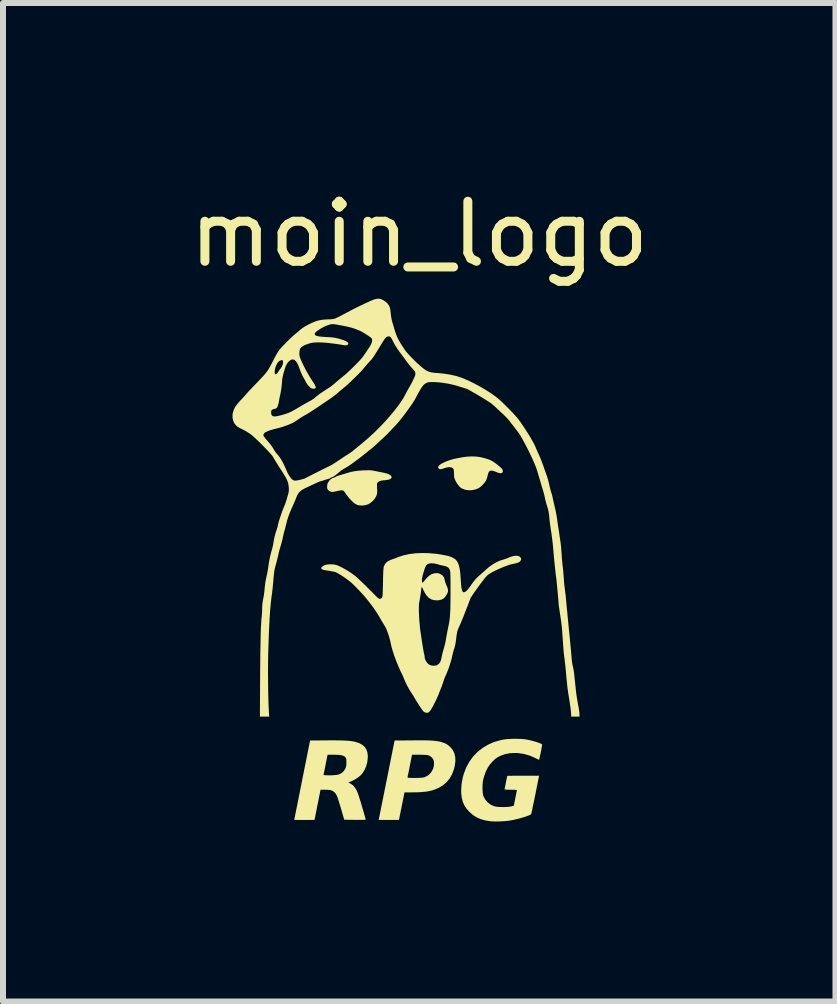
<source format=kicad_pcb>
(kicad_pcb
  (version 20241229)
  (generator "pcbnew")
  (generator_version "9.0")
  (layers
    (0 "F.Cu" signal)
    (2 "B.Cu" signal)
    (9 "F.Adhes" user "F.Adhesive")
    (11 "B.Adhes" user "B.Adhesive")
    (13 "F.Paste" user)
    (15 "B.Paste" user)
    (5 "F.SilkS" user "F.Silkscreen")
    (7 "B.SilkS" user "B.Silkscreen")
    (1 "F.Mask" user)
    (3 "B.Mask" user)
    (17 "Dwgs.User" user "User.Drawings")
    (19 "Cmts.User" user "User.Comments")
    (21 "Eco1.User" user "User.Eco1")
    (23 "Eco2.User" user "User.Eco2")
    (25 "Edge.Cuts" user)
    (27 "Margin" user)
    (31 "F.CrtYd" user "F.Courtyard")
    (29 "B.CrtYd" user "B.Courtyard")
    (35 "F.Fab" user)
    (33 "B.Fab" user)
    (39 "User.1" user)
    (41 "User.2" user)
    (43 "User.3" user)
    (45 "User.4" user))
  (footprint "moin_logo"
    (layer "F.Cu")
    (at 3.935 6.563)
    (property "Reference" "moin_logo" (at 0 -5.715 180) (layer "F.SilkS") (effects (font (size 1 1) (thickness 0.15))))
    (attr smd)
    (fp_poly (pts (xy 0.051 2.721) (xy 0.12 2.722) (xy 0.178 2.724) (xy 0.228 2.727) (xy 0.27 2.731) (xy 0.306 2.736) (xy 0.338 2.742) (xy 0.366 2.749) (xy 0.37 2.75) (xy 0.416 2.766) (xy 0.453 2.783) (xy 0.485 2.805) (xy 0.515 2.831) (xy 0.556 2.879) (xy 0.584 2.935) (xy 0.599 2.997) (xy 0.602 3.067) (xy 0.592 3.144) (xy 0.578 3.201) (xy 0.548 3.284) (xy 0.506 3.357) (xy 0.454 3.42) (xy 0.391 3.473) (xy 0.317 3.516) (xy 0.233 3.549) (xy 0.217 3.554) (xy 0.164 3.567) (xy 0.106 3.577) (xy 0.039 3.583) (xy -0.039 3.587) (xy -0.12 3.588) (xy -0.246 3.588) (xy -0.292 3.818) (xy -0.338 4.047) (xy -0.676 4.047) (xy -0.534 3.339) (xy -0.196 3.339) (xy -0.192 3.343) (xy -0.183 3.345) (xy -0.166 3.346) (xy -0.14 3.347) (xy -0.102 3.347) (xy -0.075 3.347) (xy -0.019 3.347) (xy 0.025 3.345) (xy 0.057 3.342) (xy 0.081 3.337) (xy 0.084 3.336) (xy 0.132 3.315) (xy 0.174 3.282) (xy 0.207 3.24) (xy 0.232 3.191) (xy 0.245 3.139) (xy 0.246 3.084) (xy 0.244 3.069) (xy 0.233 3.038) (xy 0.211 3.009) (xy 0.182 2.985) (xy 0.151 2.969) (xy 0.149 2.969) (xy 0.132 2.966) (xy 0.104 2.964) (xy 0.067 2.962) (xy 0.025 2.961) (xy -0.000189 2.961) (xy -0.121 2.961) (xy -0.156 3.141) (xy -0.166 3.191) (xy -0.175 3.237) (xy -0.183 3.276) (xy -0.19 3.307) (xy -0.194 3.327) (xy -0.195 3.335) (xy -0.196 3.339) (xy -0.534 3.339) (xy -0.411 2.724) (xy -0.124 2.722) (xy -0.03 2.721)) (stroke (width 0) (type solid)) (fill yes) (layer "F.SilkS"))
    (fp_poly (pts (xy 0.942 -2.007) (xy 1.012 -1.998) (xy 1.082 -1.982) (xy 1.138 -1.965) (xy 1.175 -1.951) (xy 1.209 -1.935) (xy 1.244 -1.913) (xy 1.283 -1.885) (xy 1.322 -1.854) (xy 1.353 -1.828) (xy 1.373 -1.808) (xy 1.385 -1.792) (xy 1.391 -1.778) (xy 1.393 -1.763) (xy 1.387 -1.742) (xy 1.372 -1.731) (xy 1.347 -1.729) (xy 1.313 -1.737) (xy 1.29 -1.746) (xy 1.262 -1.758) (xy 1.233 -1.767) (xy 1.219 -1.771) (xy 1.193 -1.773) (xy 1.172 -1.766) (xy 1.157 -1.747) (xy 1.145 -1.716) (xy 1.141 -1.695) (xy 1.132 -1.663) (xy 1.121 -1.629) (xy 1.111 -1.607) (xy 1.09 -1.574) (xy 1.061 -1.54) (xy 1.028 -1.509) (xy 0.996 -1.485) (xy 0.991 -1.481) (xy 0.939 -1.46) (xy 0.883 -1.447) (xy 0.826 -1.445) (xy 0.773 -1.452) (xy 0.755 -1.458) (xy 0.731 -1.467) (xy 0.71 -1.475) (xy 0.703 -1.479) (xy 0.681 -1.495) (xy 0.657 -1.522) (xy 0.632 -1.554) (xy 0.611 -1.589) (xy 0.605 -1.601) (xy 0.591 -1.632) (xy 0.583 -1.657) (xy 0.58 -1.685) (xy 0.579 -1.706) (xy 0.578 -1.743) (xy 0.577 -1.769) (xy 0.575 -1.785) (xy 0.571 -1.796) (xy 0.566 -1.805) (xy 0.558 -1.813) (xy 0.535 -1.826) (xy 0.502 -1.831) (xy 0.463 -1.826) (xy 0.425 -1.815) (xy 0.386 -1.802) (xy 0.359 -1.796) (xy 0.339 -1.797) (xy 0.326 -1.804) (xy 0.326 -1.805) (xy 0.316 -1.818) (xy 0.314 -1.826) (xy 0.321 -1.846) (xy 0.34 -1.867) (xy 0.372 -1.889) (xy 0.413 -1.91) (xy 0.463 -1.931) (xy 0.52 -1.951) (xy 0.583 -1.968) (xy 0.62 -1.976) (xy 0.713 -1.994) (xy 0.796 -2.005) (xy 0.871 -2.009)) (stroke (width 0) (type solid)) (fill yes) (layer "F.SilkS"))
    (fp_poly (pts (xy -0.816 -1.778) (xy -0.788 -1.775) (xy -0.758 -1.77) (xy -0.722 -1.763) (xy -0.682 -1.755) (xy -0.642 -1.747) (xy -0.607 -1.74) (xy -0.583 -1.735) (xy -0.538 -1.724) (xy -0.503 -1.709) (xy -0.478 -1.692) (xy -0.463 -1.675) (xy -0.461 -1.657) (xy -0.47 -1.641) (xy -0.492 -1.628) (xy -0.518 -1.62) (xy -0.547 -1.615) (xy -0.578 -1.612) (xy -0.583 -1.612) (xy -0.627 -1.607) (xy -0.664 -1.596) (xy -0.69 -1.579) (xy -0.698 -1.57) (xy -0.702 -1.562) (xy -0.705 -1.55) (xy -0.705 -1.531) (xy -0.704 -1.503) (xy -0.703 -1.479) (xy -0.701 -1.441) (xy -0.701 -1.414) (xy -0.703 -1.394) (xy -0.707 -1.375) (xy -0.714 -1.354) (xy -0.715 -1.353) (xy -0.738 -1.31) (xy -0.772 -1.269) (xy -0.813 -1.235) (xy -0.851 -1.212) (xy -0.899 -1.197) (xy -0.952 -1.19) (xy -1.003 -1.194) (xy -1.03 -1.2) (xy -1.058 -1.214) (xy -1.092 -1.238) (xy -1.127 -1.27) (xy -1.163 -1.308) (xy -1.197 -1.349) (xy -1.215 -1.375) (xy -1.233 -1.401) (xy -1.249 -1.423) (xy -1.262 -1.436) (xy -1.266 -1.44) (xy -1.289 -1.444) (xy -1.32 -1.442) (xy -1.363 -1.434) (xy -1.386 -1.428) (xy -1.424 -1.42) (xy -1.453 -1.417) (xy -1.476 -1.421) (xy -1.496 -1.431) (xy -1.511 -1.443) (xy -1.525 -1.457) (xy -1.532 -1.47) (xy -1.535 -1.487) (xy -1.535 -1.508) (xy -1.533 -1.536) (xy -1.528 -1.557) (xy -1.516 -1.579) (xy -1.509 -1.589) (xy -1.494 -1.61) (xy -1.48 -1.625) (xy -1.471 -1.63) (xy -1.461 -1.637) (xy -1.459 -1.64) (xy -1.452 -1.646) (xy -1.437 -1.651) (xy -1.436 -1.651) (xy -1.416 -1.657) (xy -1.402 -1.664) (xy -1.382 -1.676) (xy -1.347 -1.689) (xy -1.3 -1.703) (xy -1.29 -1.706) (xy -1.256 -1.716) (xy -1.218 -1.727) (xy -1.196 -1.734) (xy -1.14 -1.75) (xy -1.082 -1.762) (xy -1.018 -1.77) (xy -0.945 -1.776) (xy -0.925 -1.777) (xy -0.88 -1.778) (xy -0.845 -1.779)) (stroke (width 0) (type solid)) (fill yes) (layer "F.SilkS"))
    (fp_poly (pts (xy -1.365 2.722) (xy -1.292 2.723) (xy -1.229 2.726) (xy -1.176 2.729) (xy -1.132 2.734) (xy -1.095 2.74) (xy -1.068 2.746) (xy -1.003 2.767) (xy -0.95 2.795) (xy -0.91 2.83) (xy -0.882 2.872) (xy -0.864 2.923) (xy -0.857 2.982) (xy -0.857 2.997) (xy -0.865 3.079) (xy -0.886 3.157) (xy -0.92 3.229) (xy -0.948 3.272) (xy -0.98 3.307) (xy -1.022 3.341) (xy -1.07 3.372) (xy -1.119 3.398) (xy -1.131 3.403) (xy -1.183 3.423) (xy -1.15 3.44) (xy -1.106 3.469) (xy -1.069 3.511) (xy -1.039 3.562) (xy -1.031 3.583) (xy -1.019 3.615) (xy -1.005 3.656) (xy -0.99 3.705) (xy -0.973 3.758) (xy -0.957 3.813) (xy -0.956 3.818) (xy -0.94 3.87) (xy -0.926 3.919) (xy -0.914 3.961) (xy -0.904 3.996) (xy -0.897 4.021) (xy -0.893 4.034) (xy -0.892 4.035) (xy -0.892 4.039) (xy -0.895 4.042) (xy -0.902 4.044) (xy -0.915 4.045) (xy -0.936 4.046) (xy -0.967 4.046) (xy -1.009 4.046) (xy -1.063 4.046) (xy -1.069 4.046) (xy -1.25 4.044) (xy -1.305 3.854) (xy -1.325 3.789) (xy -1.341 3.737) (xy -1.354 3.695) (xy -1.366 3.662) (xy -1.377 3.637) (xy -1.387 3.618) (xy -1.398 3.602) (xy -1.41 3.59) (xy -1.418 3.582) (xy -1.439 3.566) (xy -1.464 3.555) (xy -1.493 3.548) (xy -1.532 3.545) (xy -1.572 3.544) (xy -1.645 3.544) (xy -1.695 3.796) (xy -1.745 4.047) (xy -2.083 4.047) (xy -1.933 3.294) (xy -1.595 3.294) (xy -1.59 3.299) (xy -1.573 3.302) (xy -1.547 3.303) (xy -1.515 3.304) (xy -1.479 3.304) (xy -1.442 3.303) (xy -1.406 3.3) (xy -1.375 3.297) (xy -1.351 3.293) (xy -1.348 3.292) (xy -1.301 3.271) (xy -1.263 3.24) (xy -1.235 3.198) (xy -1.232 3.193) (xy -1.223 3.169) (xy -1.217 3.146) (xy -1.215 3.117) (xy -1.214 3.087) (xy -1.215 3.055) (xy -1.216 3.033) (xy -1.22 3.019) (xy -1.226 3.009) (xy -1.232 3.001) (xy -1.251 2.986) (xy -1.276 2.975) (xy -1.309 2.967) (xy -1.352 2.963) (xy -1.408 2.961) (xy -1.425 2.961) (xy -1.528 2.961) (xy -1.56 3.123) (xy -1.569 3.17) (xy -1.578 3.213) (xy -1.585 3.249) (xy -1.591 3.275) (xy -1.595 3.291) (xy -1.595 3.294) (xy -1.933 3.294) (xy -1.819 2.724) (xy -1.549 2.722) (xy -1.45 2.721)) (stroke (width 0) (type solid)) (fill yes) (layer "F.SilkS"))
    (fp_poly (pts (xy 1.678 2.697) (xy 1.73 2.7) (xy 1.768 2.705) (xy 1.81 2.712) (xy 1.855 2.722) (xy 1.9 2.734) (xy 1.943 2.746) (xy 1.982 2.759) (xy 2.013 2.771) (xy 2.036 2.781) (xy 2.047 2.79) (xy 2.047 2.791) (xy 2.047 2.799) (xy 2.043 2.82) (xy 2.038 2.848) (xy 2.032 2.883) (xy 2.025 2.919) (xy 2.017 2.956) (xy 2.01 2.99) (xy 2.004 3.018) (xy 1.999 3.037) (xy 1.997 3.045) (xy 1.989 3.043) (xy 1.972 3.036) (xy 1.949 3.024) (xy 1.938 3.018) (xy 1.841 2.976) (xy 1.742 2.947) (xy 1.639 2.933) (xy 1.589 2.932) (xy 1.505 2.936) (xy 1.429 2.951) (xy 1.357 2.977) (xy 1.342 2.984) (xy 1.309 3.001) (xy 1.281 3.019) (xy 1.253 3.042) (xy 1.222 3.072) (xy 1.221 3.073) (xy 1.178 3.122) (xy 1.142 3.175) (xy 1.112 3.234) (xy 1.086 3.302) (xy 1.064 3.381) (xy 1.064 3.384) (xy 1.058 3.415) (xy 1.055 3.454) (xy 1.054 3.498) (xy 1.054 3.543) (xy 1.057 3.586) (xy 1.061 3.621) (xy 1.067 3.646) (xy 1.067 3.646) (xy 1.097 3.704) (xy 1.138 3.753) (xy 1.188 3.792) (xy 1.247 3.819) (xy 1.275 3.825) (xy 1.314 3.83) (xy 1.36 3.832) (xy 1.408 3.833) (xy 1.455 3.831) (xy 1.498 3.828) (xy 1.532 3.822) (xy 1.533 3.822) (xy 1.556 3.816) (xy 1.571 3.812) (xy 1.575 3.81) (xy 1.577 3.803) (xy 1.58 3.784) (xy 1.586 3.755) (xy 1.593 3.719) (xy 1.601 3.683) (xy 1.609 3.641) (xy 1.616 3.605) (xy 1.622 3.576) (xy 1.625 3.557) (xy 1.626 3.55) (xy 1.619 3.548) (xy 1.601 3.546) (xy 1.572 3.545) (xy 1.537 3.544) (xy 1.524 3.544) (xy 1.487 3.544) (xy 1.457 3.543) (xy 1.434 3.541) (xy 1.423 3.539) (xy 1.422 3.538) (xy 1.423 3.529) (xy 1.427 3.508) (xy 1.433 3.478) (xy 1.44 3.442) (xy 1.444 3.423) (xy 1.451 3.385) (xy 1.458 3.353) (xy 1.463 3.329) (xy 1.465 3.315) (xy 1.466 3.313) (xy 1.473 3.312) (xy 1.493 3.312) (xy 1.524 3.312) (xy 1.565 3.311) (xy 1.614 3.311) (xy 1.67 3.311) (xy 1.731 3.311) (xy 1.996 3.311) (xy 1.933 3.627) (xy 1.92 3.693) (xy 1.907 3.754) (xy 1.895 3.81) (xy 1.885 3.859) (xy 1.877 3.899) (xy 1.87 3.928) (xy 1.866 3.946) (xy 1.865 3.95) (xy 1.853 3.959) (xy 1.83 3.97) (xy 1.797 3.983) (xy 1.756 3.997) (xy 1.71 4.011) (xy 1.661 4.025) (xy 1.611 4.037) (xy 1.562 4.048) (xy 1.518 4.056) (xy 1.506 4.058) (xy 1.453 4.065) (xy 1.393 4.069) (xy 1.331 4.072) (xy 1.272 4.073) (xy 1.219 4.072) (xy 1.186 4.069) (xy 1.099 4.055) (xy 1.023 4.034) (xy 0.956 4.004) (xy 0.895 3.966) (xy 0.839 3.917) (xy 0.838 3.916) (xy 0.788 3.861) (xy 0.75 3.803) (xy 0.724 3.742) (xy 0.707 3.673) (xy 0.699 3.596) (xy 0.698 3.559) (xy 0.705 3.447) (xy 0.726 3.336) (xy 0.744 3.273) (xy 0.784 3.169) (xy 0.836 3.075) (xy 0.899 2.989) (xy 0.972 2.913) (xy 1.055 2.848) (xy 1.147 2.793) (xy 1.247 2.749) (xy 1.355 2.718) (xy 1.4 2.709) (xy 1.443 2.703) (xy 1.497 2.699) (xy 1.557 2.696) (xy 1.618 2.696)) (stroke (width 0) (type solid)) (fill yes) (layer "F.SilkS"))
    (fp_poly (pts (xy 0.16 -0.397) (xy 0.276 -0.387) (xy 0.328 -0.38) (xy 0.403 -0.367) (xy 0.467 -0.354) (xy 0.519 -0.339) (xy 0.563 -0.32) (xy 0.598 -0.297) (xy 0.625 -0.268) (xy 0.646 -0.231) (xy 0.662 -0.186) (xy 0.674 -0.131) (xy 0.683 -0.065) (xy 0.689 0.014) (xy 0.693 0.066) (xy 0.697 0.127) (xy 0.702 0.174) (xy 0.709 0.209) (xy 0.716 0.233) (xy 0.726 0.248) (xy 0.738 0.254) (xy 0.752 0.253) (xy 0.771 0.244) (xy 0.793 0.225) (xy 0.818 0.196) (xy 0.849 0.155) (xy 0.862 0.136) (xy 0.896 0.088) (xy 0.927 0.049) (xy 0.958 0.015) (xy 0.991 -0.017) (xy 1.028 -0.048) (xy 1.044 -0.062) (xy 1.067 -0.082) (xy 1.094 -0.107) (xy 1.116 -0.127) (xy 1.169 -0.172) (xy 1.226 -0.212) (xy 1.286 -0.246) (xy 1.343 -0.272) (xy 1.383 -0.285) (xy 1.418 -0.295) (xy 1.457 -0.309) (xy 1.486 -0.321) (xy 1.54 -0.342) (xy 1.589 -0.353) (xy 1.63 -0.354) (xy 1.664 -0.345) (xy 1.682 -0.332) (xy 1.696 -0.309) (xy 1.697 -0.287) (xy 1.682 -0.264) (xy 1.679 -0.261) (xy 1.666 -0.25) (xy 1.649 -0.241) (xy 1.627 -0.233) (xy 1.597 -0.226) (xy 1.556 -0.217) (xy 1.546 -0.215) (xy 1.507 -0.205) (xy 1.46 -0.189) (xy 1.407 -0.169) (xy 1.352 -0.146) (xy 1.297 -0.121) (xy 1.245 -0.096) (xy 1.199 -0.071) (xy 1.161 -0.047) (xy 1.134 -0.027) (xy 1.133 -0.026) (xy 1.118 -0.011) (xy 1.096 0.014) (xy 1.071 0.046) (xy 1.042 0.084) (xy 1.011 0.125) (xy 0.98 0.168) (xy 0.949 0.211) (xy 0.92 0.252) (xy 0.894 0.29) (xy 0.872 0.323) (xy 0.856 0.349) (xy 0.847 0.366) (xy 0.846 0.371) (xy 0.843 0.384) (xy 0.839 0.392) (xy 0.833 0.406) (xy 0.825 0.428) (xy 0.82 0.441) (xy 0.811 0.467) (xy 0.802 0.491) (xy 0.798 0.5) (xy 0.791 0.516) (xy 0.781 0.542) (xy 0.77 0.572) (xy 0.765 0.583) (xy 0.742 0.645) (xy 0.716 0.708) (xy 0.691 0.768) (xy 0.67 0.815) (xy 0.652 0.855) (xy 0.639 0.889) (xy 0.63 0.922) (xy 0.624 0.959) (xy 0.62 0.985) (xy 0.613 1.044) (xy 0.606 1.091) (xy 0.6 1.129) (xy 0.592 1.16) (xy 0.585 1.188) (xy 0.578 1.207) (xy 0.568 1.239) (xy 0.558 1.277) (xy 0.549 1.317) (xy 0.547 1.327) (xy 0.539 1.364) (xy 0.525 1.411) (xy 0.509 1.463) (xy 0.491 1.517) (xy 0.471 1.568) (xy 0.453 1.614) (xy 0.437 1.648) (xy 0.425 1.676) (xy 0.412 1.711) (xy 0.401 1.743) (xy 0.39 1.778) (xy 0.376 1.818) (xy 0.362 1.854) (xy 0.361 1.856) (xy 0.347 1.89) (xy 0.333 1.925) (xy 0.322 1.955) (xy 0.321 1.958) (xy 0.308 1.988) (xy 0.291 2.026) (xy 0.271 2.068) (xy 0.249 2.111) (xy 0.229 2.151) (xy 0.21 2.184) (xy 0.195 2.208) (xy 0.195 2.21) (xy 0.173 2.239) (xy 0.154 2.256) (xy 0.135 2.263) (xy 0.113 2.261) (xy 0.107 2.26) (xy 0.086 2.251) (xy 0.071 2.241) (xy 0.06 2.228) (xy 0.043 2.205) (xy 0.021 2.173) (xy -0.004 2.135) (xy -0.031 2.092) (xy -0.059 2.048) (xy -0.073 2.024) (xy -0.094 1.988) (xy -0.118 1.95) (xy -0.14 1.916) (xy -0.147 1.905) (xy -0.175 1.859) (xy -0.205 1.804) (xy -0.234 1.742) (xy -0.262 1.678) (xy -0.266 1.666) (xy -0.277 1.641) (xy -0.286 1.62) (xy -0.292 1.608) (xy -0.293 1.608) (xy -0.297 1.599) (xy -0.307 1.579) (xy -0.32 1.551) (xy -0.335 1.516) (xy -0.345 1.495) (xy -0.372 1.43) (xy -0.398 1.362) (xy -0.423 1.293) (xy -0.444 1.226) (xy -0.462 1.164) (xy -0.474 1.111) (xy -0.477 1.095) (xy -0.486 1.056) (xy -0.498 1.01) (xy -0.513 0.961) (xy -0.53 0.914) (xy -0.546 0.872) (xy -0.558 0.846) (xy -0.57 0.825) (xy -0.585 0.799) (xy -0.594 0.784) (xy -0.607 0.763) (xy -0.625 0.734) (xy -0.645 0.699) (xy -0.665 0.664) (xy -0.665 0.664) (xy -0.707 0.595) (xy -0.75 0.532) (xy -0.007 0.532) (xy -0.006 0.588) (xy -0.003 0.65) (xy 0.000429 0.714) (xy 0.006 0.78) (xy 0.012 0.844) (xy 0.019 0.904) (xy 0.025 0.944) (xy 0.031 0.978) (xy 0.035 1.009) (xy 0.039 1.034) (xy 0.04 1.039) (xy 0.047 1.088) (xy 0.055 1.137) (xy 0.062 1.183) (xy 0.069 1.223) (xy 0.075 1.254) (xy 0.079 1.275) (xy 0.081 1.28) (xy 0.086 1.303) (xy 0.088 1.321) (xy 0.093 1.359) (xy 0.109 1.397) (xy 0.132 1.431) (xy 0.16 1.457) (xy 0.175 1.465) (xy 0.21 1.476) (xy 0.247 1.478) (xy 0.281 1.474) (xy 0.308 1.461) (xy 0.309 1.46) (xy 0.333 1.439) (xy 0.349 1.415) (xy 0.361 1.386) (xy 0.37 1.347) (xy 0.377 1.311) (xy 0.387 1.269) (xy 0.398 1.229) (xy 0.401 1.218) (xy 0.414 1.175) (xy 0.423 1.139) (xy 0.431 1.106) (xy 0.439 1.071) (xy 0.446 1.029) (xy 0.452 0.995) (xy 0.46 0.952) (xy 0.468 0.906) (xy 0.477 0.863) (xy 0.482 0.839) (xy 0.491 0.797) (xy 0.498 0.758) (xy 0.504 0.719) (xy 0.509 0.679) (xy 0.512 0.636) (xy 0.515 0.587) (xy 0.518 0.532) (xy 0.519 0.469) (xy 0.52 0.396) (xy 0.521 0.311) (xy 0.521 0.252) (xy 0.521 0.172) (xy 0.521 0.106) (xy 0.52 0.051) (xy 0.52 0.008) (xy 0.519 -0.027) (xy 0.518 -0.054) (xy 0.517 -0.075) (xy 0.515 -0.091) (xy 0.513 -0.103) (xy 0.51 -0.113) (xy 0.508 -0.119) (xy 0.498 -0.14) (xy 0.485 -0.156) (xy 0.466 -0.168) (xy 0.44 -0.179) (xy 0.402 -0.188) (xy 0.369 -0.195) (xy 0.355 -0.198) (xy 0.333 -0.204) (xy 0.305 -0.212) (xy 0.304 -0.213) (xy 0.251 -0.225) (xy 0.204 -0.229) (xy 0.164 -0.225) (xy 0.134 -0.212) (xy 0.114 -0.191) (xy 0.113 -0.19) (xy 0.099 -0.16) (xy 0.088 -0.133) (xy 0.083 -0.115) (xy 0.079 -0.101) (xy 0.072 -0.079) (xy 0.065 -0.057) (xy 0.056 -0.025) (xy 0.049 0.01) (xy 0.045 0.043) (xy 0.045 0.071) (xy 0.048 0.089) (xy 0.049 0.09) (xy 0.054 0.095) (xy 0.061 0.092) (xy 0.072 0.079) (xy 0.083 0.066) (xy 0.123 0.018) (xy 0.16 -0.018) (xy 0.197 -0.043) (xy 0.235 -0.058) (xy 0.271 -0.064) (xy 0.299 -0.065) (xy 0.32 -0.062) (xy 0.343 -0.053) (xy 0.354 -0.047) (xy 0.388 -0.025) (xy 0.41 0.003) (xy 0.422 0.04) (xy 0.425 0.056) (xy 0.43 0.077) (xy 0.44 0.105) (xy 0.452 0.136) (xy 0.455 0.142) (xy 0.471 0.181) (xy 0.479 0.213) (xy 0.479 0.241) (xy 0.47 0.269) (xy 0.463 0.283) (xy 0.435 0.327) (xy 0.404 0.359) (xy 0.366 0.378) (xy 0.321 0.388) (xy 0.292 0.389) (xy 0.242 0.385) (xy 0.198 0.371) (xy 0.16 0.348) (xy 0.125 0.312) (xy 0.093 0.265) (xy 0.063 0.204) (xy 0.061 0.199) (xy 0.052 0.181) (xy 0.045 0.169) (xy 0.043 0.168) (xy 0.039 0.174) (xy 0.035 0.19) (xy 0.034 0.199) (xy 0.029 0.237) (xy 0.024 0.279) (xy 0.017 0.322) (xy 0.011 0.361) (xy 0.005 0.394) (xy 0.001 0.416) (xy -0.000051 0.419) (xy -0.004 0.446) (xy -0.006 0.484) (xy -0.007 0.532) (xy -0.75 0.532) (xy -0.759 0.518) (xy -0.822 0.434) (xy -0.894 0.343) (xy -0.903 0.332) (xy -0.928 0.304) (xy -0.959 0.27) (xy -0.994 0.232) (xy -1.031 0.193) (xy -1.068 0.156) (xy -1.102 0.122) (xy -1.131 0.095) (xy -1.15 0.079) (xy -1.19 0.048) (xy -1.233 0.017) (xy -1.276 -0.013) (xy -1.318 -0.039) (xy -1.355 -0.061) (xy -1.385 -0.077) (xy -1.403 -0.084) (xy -1.426 -0.089) (xy -1.458 -0.095) (xy -1.496 -0.102) (xy -1.524 -0.106) (xy -1.569 -0.113) (xy -1.601 -0.121) (xy -1.622 -0.13) (xy -1.632 -0.141) (xy -1.634 -0.149) (xy -1.627 -0.163) (xy -1.611 -0.178) (xy -1.587 -0.192) (xy -1.569 -0.2) (xy -1.539 -0.207) (xy -1.5 -0.211) (xy -1.458 -0.211) (xy -1.417 -0.208) (xy -1.385 -0.201) (xy -1.345 -0.186) (xy -1.296 -0.163) (xy -1.243 -0.134) (xy -1.187 -0.101) (xy -1.132 -0.065) (xy -1.081 -0.028) (xy -1.062 -0.014) (xy -1.042 0.004) (xy -1.014 0.03) (xy -0.979 0.063) (xy -0.939 0.101) (xy -0.895 0.143) (xy -0.851 0.188) (xy -0.806 0.232) (xy -0.763 0.276) (xy -0.748 0.291) (xy -0.725 0.315) (xy -0.704 0.335) (xy -0.688 0.35) (xy -0.683 0.354) (xy -0.659 0.364) (xy -0.638 0.36) (xy -0.622 0.345) (xy -0.618 0.338) (xy -0.615 0.329) (xy -0.613 0.315) (xy -0.611 0.296) (xy -0.609 0.27) (xy -0.608 0.234) (xy -0.607 0.188) (xy -0.605 0.131) (xy -0.604 0.088) (xy -0.603 0.012) (xy -0.601 -0.05) (xy -0.599 -0.098) (xy -0.596 -0.135) (xy -0.594 -0.16) (xy -0.591 -0.174) (xy -0.59 -0.175) (xy -0.574 -0.21) (xy -0.552 -0.239) (xy -0.523 -0.262) (xy -0.484 -0.282) (xy -0.441 -0.298) (xy -0.412 -0.308) (xy -0.376 -0.321) (xy -0.343 -0.334) (xy -0.342 -0.335) (xy -0.259 -0.362) (xy -0.165 -0.382) (xy -0.062 -0.395) (xy 0.047 -0.4)) (stroke (width 0) (type solid)) (fill yes) (layer "F.SilkS"))
    (fp_poly (pts (xy -0.644 -4.632) (xy -0.605 -4.615) (xy -0.567 -4.591) (xy -0.533 -4.561) (xy -0.508 -4.529) (xy -0.504 -4.521) (xy -0.496 -4.505) (xy -0.49 -4.489) (xy -0.485 -4.47) (xy -0.481 -4.445) (xy -0.477 -4.41) (xy -0.474 -4.382) (xy -0.469 -4.341) (xy -0.461 -4.297) (xy -0.452 -4.258) (xy -0.448 -4.243) (xy -0.436 -4.205) (xy -0.423 -4.161) (xy -0.412 -4.122) (xy -0.411 -4.12) (xy -0.402 -4.09) (xy -0.394 -4.065) (xy -0.388 -4.047) (xy -0.387 -4.044) (xy -0.372 -4.009) (xy -0.359 -3.98) (xy -0.346 -3.954) (xy -0.331 -3.927) (xy -0.314 -3.898) (xy -0.293 -3.864) (xy -0.266 -3.823) (xy -0.241 -3.785) (xy -0.225 -3.763) (xy -0.2 -3.733) (xy -0.168 -3.698) (xy -0.132 -3.66) (xy -0.094 -3.621) (xy -0.056 -3.583) (xy -0.019 -3.549) (xy 0.013 -3.52) (xy 0.022 -3.512) (xy 0.065 -3.477) (xy 0.101 -3.45) (xy 0.134 -3.431) (xy 0.167 -3.418) (xy 0.203 -3.409) (xy 0.246 -3.403) (xy 0.299 -3.398) (xy 0.311 -3.398) (xy 0.418 -3.387) (xy 0.523 -3.37) (xy 0.622 -3.347) (xy 0.711 -3.318) (xy 0.72 -3.314) (xy 0.813 -3.275) (xy 0.911 -3.227) (xy 1.01 -3.174) (xy 1.106 -3.118) (xy 1.197 -3.06) (xy 1.278 -3.002) (xy 1.309 -2.977) (xy 1.336 -2.954) (xy 1.371 -2.922) (xy 1.41 -2.884) (xy 1.453 -2.842) (xy 1.497 -2.798) (xy 1.539 -2.754) (xy 1.578 -2.713) (xy 1.61 -2.677) (xy 1.633 -2.651) (xy 1.663 -2.612) (xy 1.697 -2.565) (xy 1.733 -2.512) (xy 1.77 -2.456) (xy 1.807 -2.398) (xy 1.842 -2.342) (xy 1.873 -2.288) (xy 1.9 -2.24) (xy 1.921 -2.2) (xy 1.932 -2.176) (xy 1.942 -2.152) (xy 1.955 -2.121) (xy 1.97 -2.089) (xy 1.973 -2.082) (xy 1.986 -2.052) (xy 1.999 -2.025) (xy 2.008 -2.005) (xy 2.009 -2.001) (xy 2.019 -1.979) (xy 2.031 -1.947) (xy 2.046 -1.907) (xy 2.062 -1.865) (xy 2.077 -1.822) (xy 2.085 -1.798) (xy 2.098 -1.762) (xy 2.112 -1.722) (xy 2.124 -1.689) (xy 2.125 -1.688) (xy 2.134 -1.659) (xy 2.145 -1.621) (xy 2.156 -1.58) (xy 2.162 -1.553) (xy 2.171 -1.512) (xy 2.182 -1.469) (xy 2.192 -1.431) (xy 2.198 -1.411) (xy 2.209 -1.377) (xy 2.218 -1.341) (xy 2.225 -1.311) (xy 2.225 -1.309) (xy 2.23 -1.285) (xy 2.238 -1.252) (xy 2.247 -1.212) (xy 2.256 -1.171) (xy 2.258 -1.163) (xy 2.27 -1.114) (xy 2.281 -1.058) (xy 2.291 -1.003) (xy 2.297 -0.959) (xy 2.304 -0.913) (xy 2.311 -0.859) (xy 2.32 -0.803) (xy 2.328 -0.75) (xy 2.33 -0.737) (xy 2.336 -0.692) (xy 2.343 -0.647) (xy 2.349 -0.608) (xy 2.354 -0.577) (xy 2.356 -0.565) (xy 2.359 -0.54) (xy 2.362 -0.504) (xy 2.366 -0.462) (xy 2.369 -0.416) (xy 2.371 -0.39) (xy 2.374 -0.341) (xy 2.378 -0.289) (xy 2.383 -0.239) (xy 2.387 -0.197) (xy 2.389 -0.182) (xy 2.394 -0.142) (xy 2.399 -0.092) (xy 2.403 -0.041) (xy 2.407 0.007) (xy 2.407 0.007) (xy 2.41 0.053) (xy 2.414 0.102) (xy 2.419 0.147) (xy 2.423 0.184) (xy 2.424 0.186) (xy 2.428 0.219) (xy 2.433 0.263) (xy 2.439 0.311) (xy 2.444 0.361) (xy 2.446 0.383) (xy 2.451 0.439) (xy 2.457 0.506) (xy 2.465 0.58) (xy 2.472 0.658) (xy 2.48 0.737) (xy 2.487 0.813) (xy 2.494 0.882) (xy 2.495 0.886) (xy 2.5 0.94) (xy 2.506 0.999) (xy 2.512 1.062) (xy 2.518 1.125) (xy 2.524 1.186) (xy 2.529 1.243) (xy 2.533 1.292) (xy 2.537 1.332) (xy 2.538 1.353) (xy 2.542 1.391) (xy 2.547 1.43) (xy 2.553 1.463) (xy 2.555 1.473) (xy 2.563 1.507) (xy 2.57 1.543) (xy 2.574 1.564) (xy 2.576 1.578) (xy 2.578 1.592) (xy 2.58 1.608) (xy 2.582 1.628) (xy 2.585 1.653) (xy 2.588 1.686) (xy 2.593 1.728) (xy 2.598 1.78) (xy 2.605 1.844) (xy 2.607 1.867) (xy 2.612 1.915) (xy 2.619 1.965) (xy 2.626 2.013) (xy 2.633 2.053) (xy 2.634 2.06) (xy 2.646 2.127) (xy 2.656 2.181) (xy 2.663 2.224) (xy 2.667 2.258) (xy 2.669 2.284) (xy 2.669 2.292) (xy 2.669 2.326) (xy 2.531 2.326) (xy 2.531 2.295) (xy 2.529 2.267) (xy 2.526 2.228) (xy 2.52 2.179) (xy 2.512 2.124) (xy 2.503 2.064) (xy 2.493 2.003) (xy 2.491 1.991) (xy 2.485 1.952) (xy 2.479 1.915) (xy 2.474 1.879) (xy 2.469 1.841) (xy 2.464 1.799) (xy 2.459 1.75) (xy 2.453 1.692) (xy 2.447 1.624) (xy 2.443 1.575) (xy 2.438 1.523) (xy 2.433 1.472) (xy 2.427 1.425) (xy 2.423 1.385) (xy 2.419 1.355) (xy 2.418 1.349) (xy 2.414 1.319) (xy 2.409 1.279) (xy 2.405 1.234) (xy 2.401 1.187) (xy 2.4 1.17) (xy 2.396 1.118) (xy 2.392 1.059) (xy 2.388 0.999) (xy 2.384 0.946) (xy 2.384 0.941) (xy 2.379 0.874) (xy 2.373 0.811) (xy 2.365 0.747) (xy 2.355 0.678) (xy 2.343 0.6) (xy 2.342 0.594) (xy 2.336 0.554) (xy 2.33 0.513) (xy 2.325 0.477) (xy 2.323 0.456) (xy 2.316 0.37) (xy 2.309 0.291) (xy 2.302 0.218) (xy 2.296 0.154) (xy 2.291 0.1) (xy 2.287 0.057) (xy 2.283 0.027) (xy 2.282 0.018) (xy 2.275 -0.032) (xy 2.268 -0.095) (xy 2.26 -0.171) (xy 2.251 -0.26) (xy 2.241 -0.362) (xy 2.231 -0.478) (xy 2.224 -0.551) (xy 2.22 -0.588) (xy 2.214 -0.636) (xy 2.207 -0.688) (xy 2.2 -0.741) (xy 2.195 -0.769) (xy 2.188 -0.817) (xy 2.181 -0.866) (xy 2.175 -0.91) (xy 2.171 -0.947) (xy 2.169 -0.966) (xy 2.164 -1.027) (xy 2.156 -1.079) (xy 2.146 -1.128) (xy 2.13 -1.179) (xy 2.129 -1.185) (xy 2.117 -1.223) (xy 2.105 -1.268) (xy 2.095 -1.311) (xy 2.093 -1.322) (xy 2.084 -1.361) (xy 2.074 -1.401) (xy 2.064 -1.436) (xy 2.061 -1.447) (xy 2.051 -1.477) (xy 2.042 -1.506) (xy 2.036 -1.528) (xy 2.028 -1.555) (xy 2.017 -1.593) (xy 2.003 -1.64) (xy 1.987 -1.692) (xy 1.971 -1.748) (xy 1.958 -1.79) (xy 1.945 -1.827) (xy 1.927 -1.873) (xy 1.904 -1.927) (xy 1.877 -1.986) (xy 1.847 -2.049) (xy 1.816 -2.113) (xy 1.784 -2.176) (xy 1.752 -2.236) (xy 1.722 -2.291) (xy 1.695 -2.339) (xy 1.672 -2.377) (xy 1.654 -2.403) (xy 1.647 -2.411) (xy 1.634 -2.429) (xy 1.616 -2.453) (xy 1.596 -2.479) (xy 1.575 -2.507) (xy 1.557 -2.53) (xy 1.544 -2.546) (xy 1.538 -2.552) (xy 1.532 -2.56) (xy 1.521 -2.576) (xy 1.516 -2.582) (xy 1.496 -2.609) (xy 1.468 -2.641) (xy 1.435 -2.675) (xy 1.401 -2.709) (xy 1.389 -2.72) (xy 1.369 -2.737) (xy 1.343 -2.762) (xy 1.313 -2.79) (xy 1.282 -2.819) (xy 1.281 -2.82) (xy 1.25 -2.848) (xy 1.218 -2.876) (xy 1.189 -2.899) (xy 1.166 -2.915) (xy 1.166 -2.915) (xy 1.135 -2.934) (xy 1.101 -2.956) (xy 1.077 -2.971) (xy 1.054 -2.985) (xy 1.021 -3.005) (xy 0.982 -3.028) (xy 0.941 -3.052) (xy 0.899 -3.076) (xy 0.861 -3.098) (xy 0.831 -3.115) (xy 0.817 -3.123) (xy 0.795 -3.133) (xy 0.766 -3.143) (xy 0.751 -3.148) (xy 0.727 -3.155) (xy 0.694 -3.165) (xy 0.657 -3.176) (xy 0.634 -3.184) (xy 0.568 -3.202) (xy 0.493 -3.219) (xy 0.413 -3.232) (xy 0.334 -3.242) (xy 0.261 -3.247) (xy 0.241 -3.248) (xy 0.202 -3.248) (xy 0.175 -3.247) (xy 0.155 -3.245) (xy 0.139 -3.242) (xy 0.124 -3.235) (xy 0.112 -3.229) (xy 0.091 -3.217) (xy 0.074 -3.201) (xy 0.056 -3.18) (xy 0.034 -3.149) (xy 0.034 -3.149) (xy 0.012 -3.113) (xy -0.012 -3.072) (xy -0.033 -3.032) (xy -0.039 -3.021) (xy -0.058 -2.984) (xy -0.081 -2.944) (xy -0.104 -2.907) (xy -0.11 -2.897) (xy -0.125 -2.875) (xy -0.145 -2.847) (xy -0.168 -2.815) (xy -0.192 -2.781) (xy -0.215 -2.749) (xy -0.236 -2.72) (xy -0.254 -2.697) (xy -0.266 -2.681) (xy -0.27 -2.676) (xy -0.276 -2.669) (xy -0.288 -2.653) (xy -0.305 -2.632) (xy -0.31 -2.625) (xy -0.33 -2.6) (xy -0.356 -2.569) (xy -0.386 -2.537) (xy -0.408 -2.512) (xy -0.438 -2.482) (xy -0.467 -2.45) (xy -0.494 -2.422) (xy -0.511 -2.404) (xy -0.529 -2.385) (xy -0.556 -2.359) (xy -0.588 -2.328) (xy -0.624 -2.295) (xy -0.66 -2.262) (xy -0.694 -2.231) (xy -0.724 -2.203) (xy -0.75 -2.18) (xy -0.768 -2.163) (xy -0.778 -2.154) (xy -0.779 -2.153) (xy -0.791 -2.143) (xy -0.809 -2.129) (xy -0.816 -2.124) (xy -0.832 -2.111) (xy -0.844 -2.102) (xy -0.846 -2.1) (xy -0.853 -2.094) (xy -0.869 -2.081) (xy -0.892 -2.062) (xy -0.919 -2.041) (xy -0.921 -2.04) (xy -1.001 -1.977) (xy -1.071 -1.925) (xy -1.13 -1.882) (xy -1.179 -1.849) (xy -1.217 -1.825) (xy -1.236 -1.814) (xy -1.268 -1.796) (xy -1.3 -1.775) (xy -1.324 -1.756) (xy -1.369 -1.718) (xy -1.406 -1.689) (xy -1.434 -1.671) (xy -1.452 -1.663) (xy -1.455 -1.663) (xy -1.471 -1.659) (xy -1.478 -1.652) (xy -1.486 -1.643) (xy -1.49 -1.642) (xy -1.499 -1.64) (xy -1.518 -1.634) (xy -1.544 -1.626) (xy -1.552 -1.624) (xy -1.583 -1.614) (xy -1.613 -1.604) (xy -1.637 -1.598) (xy -1.639 -1.597) (xy -1.651 -1.594) (xy -1.667 -1.588) (xy -1.688 -1.579) (xy -1.716 -1.566) (xy -1.752 -1.55) (xy -1.797 -1.529) (xy -1.853 -1.502) (xy -1.915 -1.473) (xy -1.967 -1.442) (xy -2.006 -1.405) (xy -2.035 -1.359) (xy -2.053 -1.313) (xy -2.058 -1.299) (xy -2.068 -1.275) (xy -2.081 -1.245) (xy -2.095 -1.214) (xy -2.13 -1.135) (xy -2.159 -1.066) (xy -2.181 -1.006) (xy -2.199 -0.952) (xy -2.212 -0.901) (xy -2.213 -0.897) (xy -2.222 -0.86) (xy -2.231 -0.825) (xy -2.238 -0.796) (xy -2.243 -0.782) (xy -2.249 -0.76) (xy -2.257 -0.729) (xy -2.265 -0.693) (xy -2.272 -0.663) (xy -2.281 -0.62) (xy -2.293 -0.575) (xy -2.304 -0.533) (xy -2.311 -0.511) (xy -2.322 -0.476) (xy -2.332 -0.439) (xy -2.34 -0.407) (xy -2.342 -0.399) (xy -2.346 -0.38) (xy -2.351 -0.358) (xy -2.357 -0.332) (xy -2.365 -0.3) (xy -2.375 -0.259) (xy -2.389 -0.208) (xy -2.403 -0.157) (xy -2.414 -0.105) (xy -2.422 -0.042) (xy -2.429 0.029) (xy -2.432 0.076) (xy -2.438 0.133) (xy -2.444 0.194) (xy -2.451 0.255) (xy -2.458 0.303) (xy -2.465 0.361) (xy -2.472 0.421) (xy -2.478 0.484) (xy -2.484 0.551) (xy -2.489 0.622) (xy -2.494 0.7) (xy -2.498 0.786) (xy -2.503 0.881) (xy -2.507 0.986) (xy -2.511 1.102) (xy -2.515 1.231) (xy -2.517 1.294) (xy -2.518 1.365) (xy -2.519 1.445) (xy -2.52 1.531) (xy -2.52 1.623) (xy -2.519 1.716) (xy -2.518 1.811) (xy -2.517 1.904) (xy -2.515 1.992) (xy -2.513 2.075) (xy -2.51 2.15) (xy -2.507 2.215) (xy -2.504 2.266) (xy -2.5 2.326) (xy -2.655 2.326) (xy -2.652 1.723) (xy -2.651 1.554) (xy -2.649 1.4) (xy -2.648 1.26) (xy -2.645 1.135) (xy -2.643 1.024) (xy -2.641 0.927) (xy -2.638 0.844) (xy -2.634 0.775) (xy -2.631 0.721) (xy -2.627 0.68) (xy -2.626 0.671) (xy -2.623 0.639) (xy -2.62 0.598) (xy -2.618 0.557) (xy -2.618 0.54) (xy -2.617 0.5) (xy -2.615 0.466) (xy -2.612 0.433) (xy -2.606 0.397) (xy -2.598 0.353) (xy -2.594 0.332) (xy -2.588 0.301) (xy -2.583 0.261) (xy -2.578 0.217) (xy -2.575 0.179) (xy -2.564 0.086) (xy -2.546 -0.003) (xy -2.546 -0.004) (xy -2.536 -0.047) (xy -2.527 -0.093) (xy -2.52 -0.137) (xy -2.516 -0.163) (xy -2.507 -0.227) (xy -2.494 -0.299) (xy -2.478 -0.371) (xy -2.461 -0.437) (xy -2.455 -0.456) (xy -2.446 -0.49) (xy -2.436 -0.531) (xy -2.429 -0.574) (xy -2.426 -0.591) (xy -2.419 -0.633) (xy -2.408 -0.681) (xy -2.395 -0.727) (xy -2.39 -0.744) (xy -2.377 -0.783) (xy -2.365 -0.824) (xy -2.355 -0.861) (xy -2.352 -0.878) (xy -2.343 -0.914) (xy -2.331 -0.955) (xy -2.318 -0.992) (xy -2.318 -0.994) (xy -2.306 -1.027) (xy -2.295 -1.06) (xy -2.286 -1.086) (xy -2.285 -1.09) (xy -2.275 -1.117) (xy -2.262 -1.149) (xy -2.253 -1.17) (xy -2.242 -1.196) (xy -2.229 -1.232) (xy -2.215 -1.274) (xy -2.202 -1.319) (xy -2.189 -1.362) (xy -2.179 -1.4) (xy -2.174 -1.426) (xy -2.172 -1.456) (xy -2.174 -1.494) (xy -2.179 -1.535) (xy -2.186 -1.57) (xy -2.198 -1.603) (xy -2.217 -1.644) (xy -2.242 -1.689) (xy -2.264 -1.725) (xy -2.307 -1.791) (xy -2.345 -1.85) (xy -2.377 -1.902) (xy -2.403 -1.944) (xy -2.422 -1.976) (xy -2.434 -1.997) (xy -2.435 -1.999) (xy -2.445 -2.015) (xy -2.465 -2.039) (xy -2.492 -2.07) (xy -2.525 -2.106) (xy -2.563 -2.145) (xy -2.603 -2.186) (xy -2.644 -2.227) (xy -2.685 -2.267) (xy -2.723 -2.304) (xy -2.758 -2.336) (xy -2.788 -2.362) (xy -2.793 -2.366) (xy -2.596 -2.366) (xy -2.595 -2.35) (xy -2.591 -2.341) (xy -2.589 -2.341) (xy -2.582 -2.335) (xy -2.582 -2.333) (xy -2.577 -2.325) (xy -2.564 -2.308) (xy -2.545 -2.287) (xy -2.525 -2.264) (xy -2.494 -2.228) (xy -2.463 -2.188) (xy -2.438 -2.15) (xy -2.434 -2.143) (xy -2.416 -2.113) (xy -2.397 -2.084) (xy -2.382 -2.063) (xy -2.377 -2.057) (xy -2.347 -2.023) (xy -2.324 -1.993) (xy -2.304 -1.963) (xy -2.284 -1.928) (xy -2.262 -1.885) (xy -2.257 -1.875) (xy -2.24 -1.839) (xy -2.225 -1.807) (xy -2.213 -1.78) (xy -2.206 -1.763) (xy -2.205 -1.759) (xy -2.197 -1.741) (xy -2.183 -1.715) (xy -2.166 -1.687) (xy -2.147 -1.659) (xy -2.13 -1.638) (xy -2.121 -1.629) (xy -2.104 -1.616) (xy -2.087 -1.608) (xy -2.066 -1.605) (xy -2.04 -1.608) (xy -2.004 -1.615) (xy -1.972 -1.623) (xy -1.941 -1.631) (xy -1.915 -1.639) (xy -1.898 -1.645) (xy -1.893 -1.648) (xy -1.884 -1.653) (xy -1.864 -1.664) (xy -1.835 -1.679) (xy -1.799 -1.697) (xy -1.758 -1.718) (xy -1.714 -1.74) (xy -1.669 -1.763) (xy -1.625 -1.785) (xy -1.584 -1.805) (xy -1.548 -1.823) (xy -1.52 -1.837) (xy -1.5 -1.846) (xy -1.495 -1.848) (xy -1.478 -1.857) (xy -1.451 -1.872) (xy -1.419 -1.893) (xy -1.383 -1.916) (xy -1.364 -1.929) (xy -1.323 -1.956) (xy -1.281 -1.984) (xy -1.24 -2.011) (xy -1.205 -2.033) (xy -1.196 -2.039) (xy -1.165 -2.058) (xy -1.137 -2.078) (xy -1.114 -2.094) (xy -1.104 -2.102) (xy -1.091 -2.113) (xy -1.069 -2.132) (xy -1.04 -2.155) (xy -1.007 -2.182) (xy -0.979 -2.205) (xy -0.872 -2.295) (xy -0.764 -2.393) (xy -0.658 -2.497) (xy -0.557 -2.604) (xy -0.464 -2.711) (xy -0.38 -2.815) (xy -0.373 -2.825) (xy -0.342 -2.866) (xy -0.313 -2.908) (xy -0.287 -2.947) (xy -0.265 -2.98) (xy -0.251 -3.006) (xy -0.248 -3.011) (xy -0.232 -3.042) (xy -0.212 -3.08) (xy -0.191 -3.118) (xy -0.181 -3.136) (xy -0.15 -3.189) (xy -0.123 -3.24) (xy -0.101 -3.285) (xy -0.083 -3.323) (xy -0.071 -3.352) (xy -0.065 -3.371) (xy -0.065 -3.373) (xy -0.065 -3.393) (xy -0.067 -3.409) (xy -0.074 -3.425) (xy -0.087 -3.442) (xy -0.108 -3.466) (xy -0.119 -3.478) (xy -0.146 -3.509) (xy -0.174 -3.543) (xy -0.199 -3.575) (xy -0.208 -3.587) (xy -0.225 -3.611) (xy -0.249 -3.644) (xy -0.276 -3.681) (xy -0.305 -3.72) (xy -0.32 -3.74) (xy -0.365 -3.802) (xy -0.402 -3.861) (xy -0.43 -3.912) (xy -0.43 -3.912) (xy -0.45 -3.952) (xy -0.466 -3.98) (xy -0.48 -3.998) (xy -0.494 -4.007) (xy -0.508 -4.009) (xy -0.521 -4.008) (xy -0.536 -4.003) (xy -0.551 -3.994) (xy -0.566 -3.978) (xy -0.584 -3.955) (xy -0.606 -3.921) (xy -0.624 -3.892) (xy -0.662 -3.83) (xy -0.693 -3.778) (xy -0.719 -3.737) (xy -0.74 -3.703) (xy -0.758 -3.676) (xy -0.773 -3.654) (xy -0.787 -3.635) (xy -0.8 -3.619) (xy -0.814 -3.604) (xy -0.83 -3.587) (xy -0.832 -3.584) (xy -0.857 -3.557) (xy -0.885 -3.525) (xy -0.912 -3.493) (xy -0.918 -3.486) (xy -0.941 -3.458) (xy -0.973 -3.423) (xy -1.012 -3.383) (xy -1.055 -3.34) (xy -1.1 -3.296) (xy -1.144 -3.253) (xy -1.186 -3.214) (xy -1.222 -3.181) (xy -1.251 -3.158) (xy -1.283 -3.131) (xy -1.319 -3.101) (xy -1.352 -3.073) (xy -1.36 -3.065) (xy -1.385 -3.044) (xy -1.418 -3.019) (xy -1.456 -2.99) (xy -1.495 -2.963) (xy -1.511 -2.952) (xy -1.585 -2.902) (xy -1.647 -2.86) (xy -1.7 -2.824) (xy -1.745 -2.795) (xy -1.781 -2.771) (xy -1.811 -2.751) (xy -1.836 -2.736) (xy -1.856 -2.723) (xy -1.873 -2.713) (xy -1.887 -2.705) (xy -1.892 -2.703) (xy -1.92 -2.687) (xy -1.955 -2.666) (xy -1.991 -2.643) (xy -2.015 -2.626) (xy -2.047 -2.605) (xy -2.078 -2.585) (xy -2.105 -2.569) (xy -2.121 -2.561) (xy -2.19 -2.532) (xy -2.258 -2.508) (xy -2.321 -2.488) (xy -2.357 -2.479) (xy -2.423 -2.463) (xy -2.481 -2.446) (xy -2.528 -2.428) (xy -2.564 -2.411) (xy -2.584 -2.395) (xy -2.592 -2.382) (xy -2.596 -2.366) (xy -2.793 -2.366) (xy -2.802 -2.373) (xy -2.844 -2.402) (xy -2.892 -2.432) (xy -2.94 -2.457) (xy -2.941 -2.457) (xy -2.975 -2.474) (xy -3.006 -2.491) (xy -3.032 -2.507) (xy -3.044 -2.517) (xy -3.076 -2.554) (xy -3.099 -2.6) (xy -3.11 -2.651) (xy -3.111 -2.704) (xy -3.104 -2.741) (xy -2.469 -2.741) (xy -2.465 -2.712) (xy -2.454 -2.691) (xy -2.454 -2.691) (xy -2.442 -2.681) (xy -2.427 -2.676) (xy -2.405 -2.675) (xy -2.377 -2.678) (xy -2.339 -2.686) (xy -2.291 -2.698) (xy -2.261 -2.707) (xy -2.224 -2.718) (xy -2.191 -2.73) (xy -2.158 -2.743) (xy -2.123 -2.76) (xy -2.085 -2.781) (xy -2.039 -2.807) (xy -1.984 -2.84) (xy -1.969 -2.849) (xy -1.94 -2.866) (xy -1.905 -2.886) (xy -1.869 -2.906) (xy -1.856 -2.913) (xy -1.81 -2.938) (xy -1.776 -2.959) (xy -1.751 -2.976) (xy -1.735 -2.99) (xy -1.723 -3.001) (xy -1.704 -3.016) (xy -1.695 -3.023) (xy -1.678 -3.036) (xy -1.666 -3.046) (xy -1.663 -3.048) (xy -1.655 -3.054) (xy -1.638 -3.065) (xy -1.614 -3.081) (xy -1.587 -3.1) (xy -1.557 -3.119) (xy -1.529 -3.137) (xy -1.505 -3.152) (xy -1.488 -3.163) (xy -1.488 -3.163) (xy -1.472 -3.175) (xy -1.448 -3.193) (xy -1.421 -3.215) (xy -1.4 -3.233) (xy -1.369 -3.261) (xy -1.331 -3.292) (xy -1.291 -3.325) (xy -1.262 -3.349) (xy -1.232 -3.373) (xy -1.196 -3.406) (xy -1.154 -3.445) (xy -1.11 -3.487) (xy -1.067 -3.531) (xy -1.025 -3.573) (xy -0.989 -3.611) (xy -0.961 -3.643) (xy -0.958 -3.646) (xy -0.943 -3.665) (xy -0.923 -3.693) (xy -0.9 -3.727) (xy -0.874 -3.764) (xy -0.85 -3.801) (xy -0.827 -3.836) (xy -0.81 -3.864) (xy -0.81 -3.865) (xy -0.794 -3.898) (xy -0.786 -3.93) (xy -0.786 -3.957) (xy -0.793 -3.976) (xy -0.807 -3.989) (xy -0.83 -4.006) (xy -0.86 -4.026) (xy -0.893 -4.048) (xy -0.927 -4.069) (xy -0.959 -4.087) (xy -0.985 -4.1) (xy -0.995 -4.105) (xy -1.026 -4.117) (xy -1.058 -4.129) (xy -1.075 -4.136) (xy -1.113 -4.149) (xy -1.159 -4.162) (xy -1.217 -4.175) (xy -1.286 -4.189) (xy -1.333 -4.197) (xy -1.375 -4.205) (xy -1.407 -4.21) (xy -1.43 -4.213) (xy -1.447 -4.213) (xy -1.463 -4.212) (xy -1.48 -4.208) (xy -1.492 -4.205) (xy -1.527 -4.194) (xy -1.565 -4.179) (xy -1.605 -4.159) (xy -1.643 -4.138) (xy -1.678 -4.115) (xy -1.708 -4.094) (xy -1.73 -4.074) (xy -1.742 -4.058) (xy -1.743 -4.053) (xy -1.739 -4.037) (xy -1.726 -4.024) (xy -1.703 -4.015) (xy -1.669 -4.008) (xy -1.623 -4.003) (xy -1.568 -3.999) (xy -1.505 -3.996) (xy -1.453 -3.992) (xy -1.408 -3.986) (xy -1.366 -3.977) (xy -1.324 -3.966) (xy -1.288 -3.955) (xy -1.244 -3.939) (xy -1.213 -3.924) (xy -1.193 -3.91) (xy -1.183 -3.895) (xy -1.181 -3.885) (xy -1.188 -3.873) (xy -1.205 -3.863) (xy -1.228 -3.86) (xy -1.247 -3.861) (xy -1.357 -3.879) (xy -1.455 -3.892) (xy -1.541 -3.902) (xy -1.616 -3.907) (xy -1.682 -3.909) (xy -1.739 -3.907) (xy -1.79 -3.901) (xy -1.834 -3.891) (xy -1.835 -3.89) (xy -1.894 -3.87) (xy -1.94 -3.847) (xy -1.972 -3.821) (xy -1.979 -3.812) (xy -1.989 -3.794) (xy -1.994 -3.77) (xy -1.997 -3.738) (xy -1.998 -3.709) (xy -1.995 -3.686) (xy -1.989 -3.663) (xy -1.978 -3.633) (xy -1.976 -3.627) (xy -1.931 -3.529) (xy -1.878 -3.426) (xy -1.818 -3.324) (xy -1.763 -3.239) (xy -1.739 -3.201) (xy -1.727 -3.172) (xy -1.725 -3.152) (xy -1.735 -3.14) (xy -1.756 -3.137) (xy -1.774 -3.138) (xy -1.794 -3.143) (xy -1.811 -3.152) (xy -1.83 -3.17) (xy -1.838 -3.178) (xy -1.858 -3.202) (xy -1.875 -3.226) (xy -1.885 -3.242) (xy -1.895 -3.262) (xy -1.91 -3.289) (xy -1.927 -3.319) (xy -1.933 -3.329) (xy -1.952 -3.365) (xy -1.97 -3.406) (xy -1.985 -3.445) (xy -1.987 -3.449) (xy -2.01 -3.513) (xy -2.033 -3.562) (xy -2.056 -3.596) (xy -2.081 -3.618) (xy -2.106 -3.625) (xy -2.133 -3.62) (xy -2.155 -3.607) (xy -2.177 -3.587) (xy -2.196 -3.566) (xy -2.212 -3.539) (xy -2.227 -3.505) (xy -2.242 -3.461) (xy -2.252 -3.426) (xy -2.266 -3.378) (xy -2.275 -3.338) (xy -2.282 -3.302) (xy -2.286 -3.262) (xy -2.289 -3.223) (xy -2.294 -3.171) (xy -2.301 -3.118) (xy -2.31 -3.069) (xy -2.314 -3.048) (xy -2.322 -3.012) (xy -2.33 -2.975) (xy -2.335 -2.945) (xy -2.337 -2.932) (xy -2.344 -2.894) (xy -2.354 -2.859) (xy -2.365 -2.832) (xy -2.375 -2.816) (xy -2.388 -2.808) (xy -2.41 -2.8) (xy -2.423 -2.797) (xy -2.447 -2.79) (xy -2.459 -2.782) (xy -2.465 -2.771) (xy -2.465 -2.77) (xy -2.469 -2.741) (xy -3.104 -2.741) (xy -3.103 -2.746) (xy -3.087 -2.793) (xy -3.065 -2.836) (xy -3.035 -2.878) (xy -2.996 -2.924) (xy -2.982 -2.939) (xy -2.953 -2.969) (xy -2.926 -2.999) (xy -2.902 -3.026) (xy -2.885 -3.045) (xy -2.87 -3.062) (xy -2.847 -3.088) (xy -2.818 -3.118) (xy -2.787 -3.151) (xy -2.767 -3.172) (xy -2.713 -3.228) (xy -2.668 -3.275) (xy -2.631 -3.314) (xy -2.6 -3.347) (xy -2.574 -3.377) (xy -2.552 -3.403) (xy -2.552 -3.404) (xy -2.409 -3.404) (xy -2.409 -3.4) (xy -2.402 -3.382) (xy -2.39 -3.377) (xy -2.375 -3.386) (xy -2.368 -3.393) (xy -2.356 -3.409) (xy -2.341 -3.431) (xy -2.336 -3.44) (xy -2.324 -3.458) (xy -2.315 -3.469) (xy -2.312 -3.471) (xy -2.306 -3.477) (xy -2.297 -3.493) (xy -2.287 -3.512) (xy -2.273 -3.546) (xy -2.269 -3.575) (xy -2.269 -3.583) (xy -2.272 -3.602) (xy -2.277 -3.611) (xy -2.288 -3.613) (xy -2.296 -3.612) (xy -2.321 -3.606) (xy -2.345 -3.587) (xy -2.346 -3.587) (xy -2.367 -3.558) (xy -2.386 -3.521) (xy -2.4 -3.48) (xy -2.408 -3.439) (xy -2.409 -3.404) (xy -2.552 -3.404) (xy -2.533 -3.429) (xy -2.515 -3.455) (xy -2.498 -3.484) (xy -2.48 -3.516) (xy -2.46 -3.554) (xy -2.437 -3.598) (xy -2.409 -3.652) (xy -2.405 -3.661) (xy -2.386 -3.696) (xy -2.366 -3.73) (xy -2.349 -3.758) (xy -2.336 -3.777) (xy -2.316 -3.801) (xy -2.289 -3.832) (xy -2.255 -3.867) (xy -2.218 -3.905) (xy -2.18 -3.944) (xy -2.143 -3.979) (xy -2.11 -4.01) (xy -2.086 -4.031) (xy -2.054 -4.058) (xy -2.018 -4.088) (xy -1.986 -4.116) (xy -1.98 -4.121) (xy -1.944 -4.149) (xy -1.902 -4.176) (xy -1.849 -4.204) (xy -1.834 -4.212) (xy -1.777 -4.239) (xy -1.728 -4.259) (xy -1.684 -4.273) (xy -1.64 -4.282) (xy -1.592 -4.288) (xy -1.537 -4.292) (xy -1.524 -4.292) (xy -1.494 -4.293) (xy -1.47 -4.294) (xy -1.45 -4.296) (xy -1.431 -4.299) (xy -1.412 -4.303) (xy -1.392 -4.311) (xy -1.367 -4.322) (xy -1.337 -4.337) (xy -1.3 -4.356) (xy -1.253 -4.381) (xy -1.197 -4.411) (xy -1.143 -4.439) (xy -1.085 -4.469) (xy -1.025 -4.499) (xy -0.966 -4.528) (xy -0.909 -4.555) (xy -0.856 -4.579) (xy -0.811 -4.599) (xy -0.774 -4.615) (xy -0.753 -4.623) (xy -0.724 -4.631) (xy -0.697 -4.636) (xy -0.68 -4.638)) (stroke (width 0) (type solid)) (fill yes) (layer "F.SilkS")))
  (gr_rect
    (start -3 -3)
    (end 10.869 13.636)
    (stroke (width 0.1) (type default))
    (fill no)
    (layer "Edge.Cuts")))
</source>
